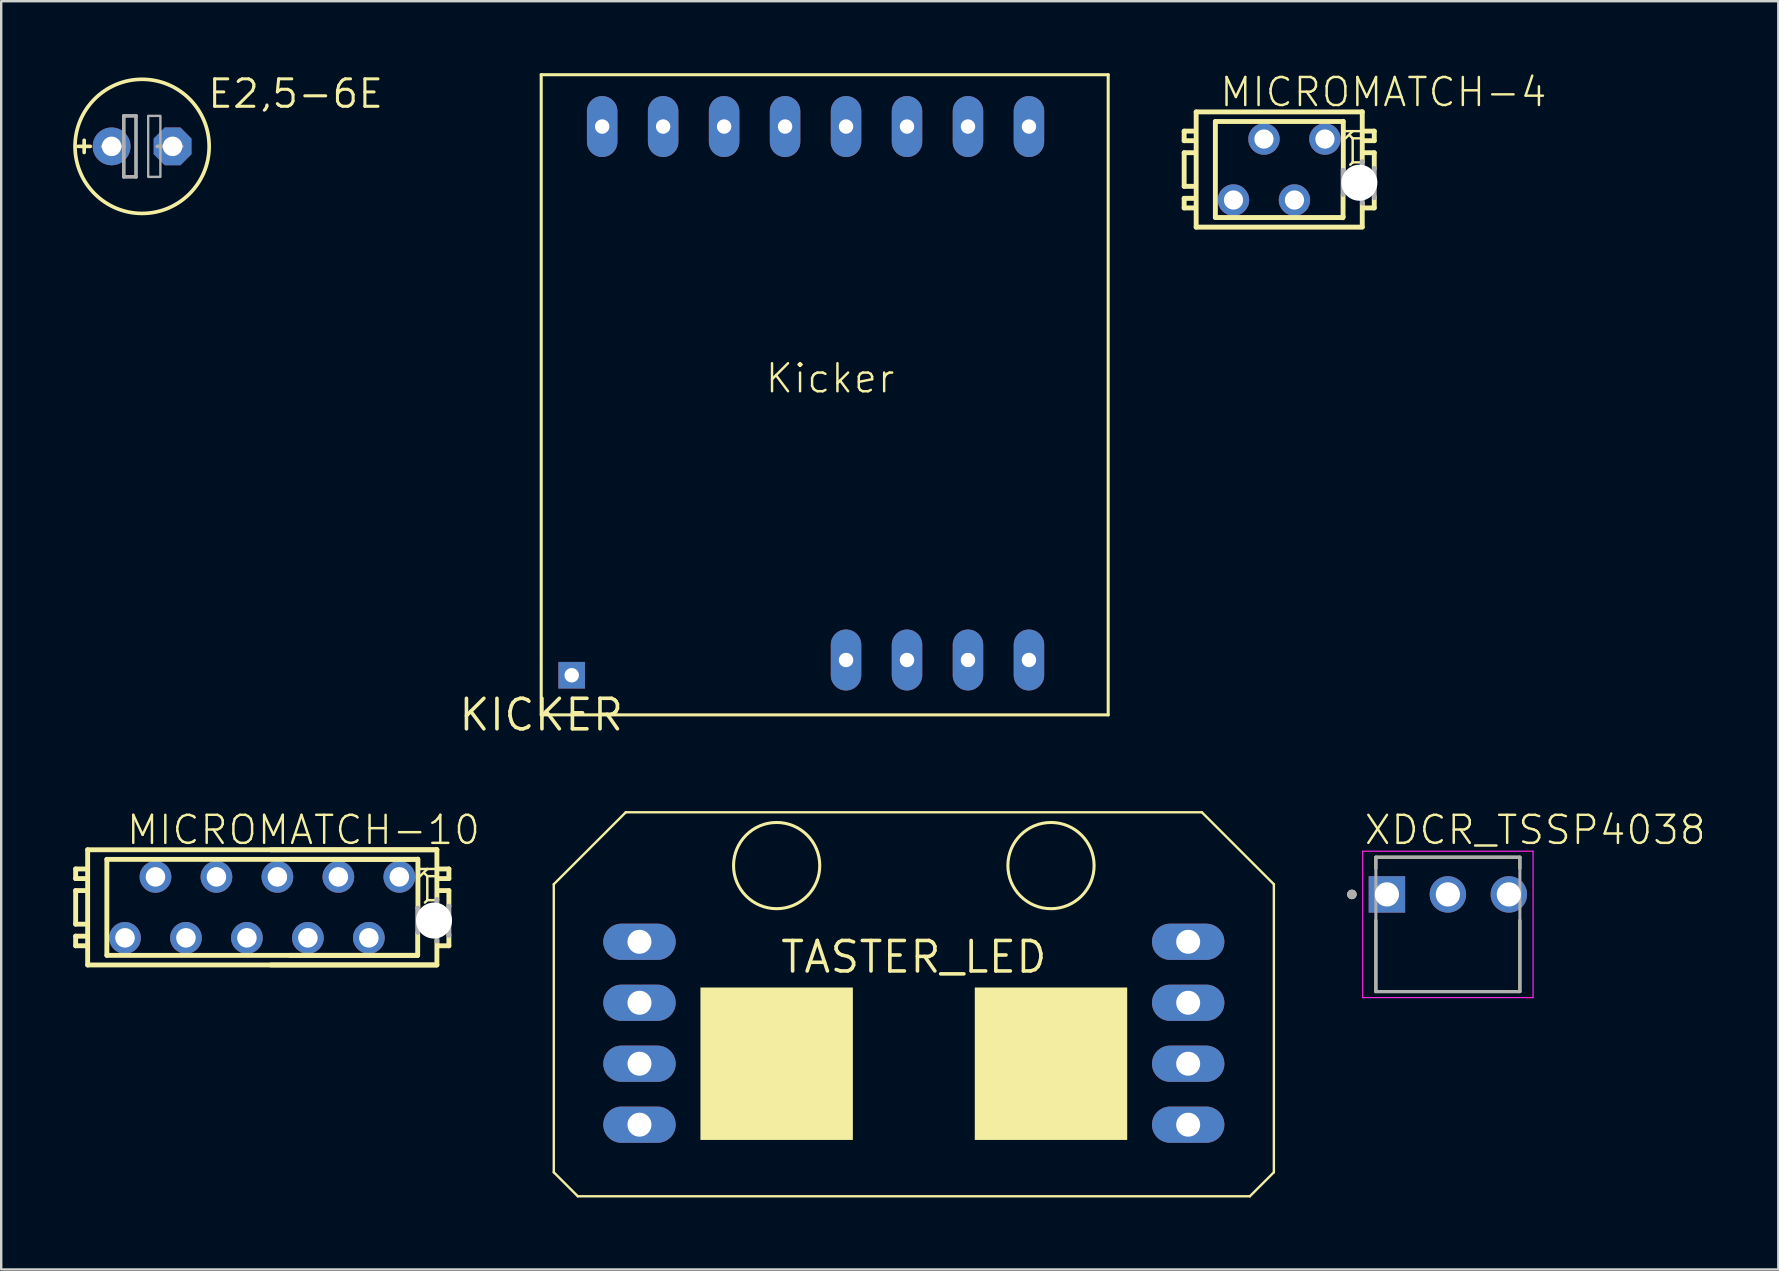
<source format=kicad_pcb>
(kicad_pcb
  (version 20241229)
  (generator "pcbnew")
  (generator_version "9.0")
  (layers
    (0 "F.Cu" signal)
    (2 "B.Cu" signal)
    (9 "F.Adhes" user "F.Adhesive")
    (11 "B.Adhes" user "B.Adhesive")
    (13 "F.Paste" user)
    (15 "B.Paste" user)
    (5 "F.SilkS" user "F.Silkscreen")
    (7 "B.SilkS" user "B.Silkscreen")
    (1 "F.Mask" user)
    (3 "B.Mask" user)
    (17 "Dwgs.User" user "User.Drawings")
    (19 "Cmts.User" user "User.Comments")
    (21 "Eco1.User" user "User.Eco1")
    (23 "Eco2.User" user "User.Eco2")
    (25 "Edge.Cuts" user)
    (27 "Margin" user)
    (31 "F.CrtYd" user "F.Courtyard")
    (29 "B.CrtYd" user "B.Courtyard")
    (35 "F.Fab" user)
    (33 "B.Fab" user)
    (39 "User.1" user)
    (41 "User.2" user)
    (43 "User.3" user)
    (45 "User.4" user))
  (footprint "E2,5-6E"
    (layer "F.Cu")
    (at 2.87 3.048)
    (property "Reference" "E2,5-6E" (at 2.667 -1.524 0) (layer "F.SilkS") (effects (font (size 1.143 1.143) (thickness 0.127)) (justify left bottom)))
    (fp_line (start -2.413 0.254) (end -2.413 -0.254) (stroke (width 0.152) (type solid)) (layer "F.SilkS"))
    (fp_line (start -2.159 0) (end -2.667 0) (stroke (width 0.152) (type solid)) (layer "F.SilkS"))
    (fp_circle (center 0 0) (end 2.794 0) (stroke (width 0.152) (type solid)) (fill no) (layer "F.SilkS"))
    (fp_line (start -1.651 0) (end -0.762 0) (stroke (width 0.152) (type solid)) (layer "F.Fab"))
    (fp_line (start -0.762 -1.27) (end -0.762 0) (stroke (width 0.152) (type solid)) (layer "F.Fab"))
    (fp_line (start -0.762 0) (end -0.762 1.27) (stroke (width 0.152) (type solid)) (layer "F.Fab"))
    (fp_line (start -0.762 1.27) (end -0.254 1.27) (stroke (width 0.152) (type solid)) (layer "F.Fab"))
    (fp_line (start -0.254 -1.27) (end -0.762 -1.27) (stroke (width 0.152) (type solid)) (layer "F.Fab"))
    (fp_line (start -0.254 1.27) (end -0.254 -1.27) (stroke (width 0.152) (type solid)) (layer "F.Fab"))
    (fp_line (start 0.635 0) (end 1.651 0) (stroke (width 0.152) (type solid)) (layer "F.Fab"))
    (fp_poly (pts (xy 0.254 1.27) (xy 0.762 1.27) (xy 0.762 -1.27) (xy 0.254 -1.27)) (stroke (width 0.1) (type default)) (fill no) (layer "F.Fab"))
    (pad "+" thru_hole circle (at -1.27 0) (size 1.575 1.575) (drill 0.813) (layers "*.Cu" "*.Mask"))
    (pad "-" thru_hole roundrect (at 1.27 0) (size 1.575 1.575) (drill 0.813) (layers "*.Cu" "*.Mask") (roundrect_rratio 0.25) (chamfer_ratio 0.293) (chamfer top_left top_right bottom_left bottom_right)))
  (footprint "XDCR_TSSP4038"
    (layer "F.Cu")
    (at 57.272 34.213)
    (property "Reference" "XDCR_TSSP4038" (at -3.549 -2 0) (layer "F.SilkS") (effects (font (size 1.168 1.168) (thickness 0.102)) (justify left bottom)))
    (fp_line (start -3 -1.55) (end 3 -1.55) (stroke (width 0.127) (type solid)) (layer "F.SilkS"))
    (fp_line (start -3 -1.08) (end -3 -1.55) (stroke (width 0.127) (type solid)) (layer "F.SilkS"))
    (fp_line (start -3 4.05) (end -3 1.08) (stroke (width 0.127) (type solid)) (layer "F.SilkS"))
    (fp_line (start 3 -1.55) (end 3 -1.08) (stroke (width 0.127) (type solid)) (layer "F.SilkS"))
    (fp_line (start 3 4.05) (end -3 4.05) (stroke (width 0.127) (type solid)) (layer "F.SilkS"))
    (fp_line (start 3 4.05) (end 3 1.08) (stroke (width 0.127) (type solid)) (layer "F.SilkS"))
    (fp_circle (center -4 0) (end -3.9 0) (stroke (width 0.2) (type solid)) (fill no) (layer "F.SilkS"))
    (fp_line (start -3.549 -1.8) (end -3.549 4.3) (stroke (width 0.05) (type solid)) (layer "F.CrtYd"))
    (fp_line (start -3.549 4.3) (end 3.549 4.3) (stroke (width 0.05) (type solid)) (layer "F.CrtYd"))
    (fp_line (start 3.549 -1.8) (end -3.549 -1.8) (stroke (width 0.05) (type solid)) (layer "F.CrtYd"))
    (fp_line (start 3.549 4.3) (end 3.549 -1.8) (stroke (width 0.05) (type solid)) (layer "F.CrtYd"))
    (fp_line (start -3 -1.55) (end 3 -1.55) (stroke (width 0.127) (type solid)) (layer "F.Fab"))
    (fp_line (start -3 4.05) (end -3 -1.55) (stroke (width 0.127) (type solid)) (layer "F.Fab"))
    (fp_line (start 3 -1.55) (end 3 4.05) (stroke (width 0.127) (type solid)) (layer "F.Fab"))
    (fp_line (start 3 4.05) (end -3 4.05) (stroke (width 0.127) (type solid)) (layer "F.Fab"))
    (fp_circle (center -4 0) (end -3.9 0) (stroke (width 0.2) (type solid)) (fill no) (layer "F.Fab"))
    (pad "1" thru_hole rect (at -2.54 0) (size 1.518 1.518) (drill 1.01) (layers "*.Cu" "*.Mask"))
    (pad "2" thru_hole circle (at 0 0) (size 1.518 1.518) (drill 1.01) (layers "*.Cu" "*.Mask"))
    (pad "3" thru_hole circle (at 2.54 0) (size 1.518 1.518) (drill 1.01) (layers "*.Cu" "*.Mask")))
  (footprint "MICROMATCH-10"
    (layer "F.Cu")
    (at 7.872 34.753)
    (property "Reference" "MICROMATCH-10" (at -5.715 -2.54 0) (layer "F.SilkS") (effects (font (size 1.168 1.168) (thickness 0.102)) (justify left bottom)))
    (fp_line (start -7.77 -1.6) (end -7.77 -1.2) (stroke (width 0.203) (type solid)) (layer "F.SilkS"))
    (fp_line (start -7.77 -1.2) (end -7.37 -1.2) (stroke (width 0.203) (type solid)) (layer "F.SilkS"))
    (fp_line (start -7.77 -0.7) (end -7.77 0.7) (stroke (width 0.203) (type solid)) (layer "F.SilkS"))
    (fp_line (start -7.77 0.7) (end -7.37 0.7) (stroke (width 0.203) (type solid)) (layer "F.SilkS"))
    (fp_line (start -7.77 1.2) (end -7.77 1.6) (stroke (width 0.203) (type solid)) (layer "F.SilkS"))
    (fp_line (start -7.77 1.6) (end -7.37 1.6) (stroke (width 0.203) (type solid)) (layer "F.SilkS"))
    (fp_line (start -7.37 -1.6) (end -7.77 -1.6) (stroke (width 0.203) (type solid)) (layer "F.SilkS"))
    (fp_line (start -7.37 -0.7) (end -7.77 -0.7) (stroke (width 0.203) (type solid)) (layer "F.SilkS"))
    (fp_line (start -7.37 1.2) (end -7.77 1.2) (stroke (width 0.203) (type solid)) (layer "F.SilkS"))
    (fp_line (start -7.27 -2.4) (end -7.27 2.4) (stroke (width 0.203) (type solid)) (layer "F.SilkS"))
    (fp_line (start -6.47 -2) (end -6.47 2) (stroke (width 0.203) (type solid)) (layer "F.SilkS"))
    (fp_line (start 6.46 2.01) (end 6.48 1.96) (stroke (width 0.203) (type solid)) (layer "F.SilkS"))
    (fp_line (start 6.47 -2) (end -6.47 -2) (stroke (width 0.203) (type solid)) (layer "F.SilkS"))
    (fp_line (start 6.47 2) (end -6.47 2) (stroke (width 0.203) (type solid)) (layer "F.SilkS"))
    (fp_line (start 6.48 -2) (end 1.16 -2) (stroke (width 0.203) (type solid)) (layer "F.SilkS"))
    (fp_line (start 6.48 1.96) (end 6.48 1.07) (stroke (width 0.203) (type solid)) (layer "F.SilkS"))
    (fp_line (start 6.48 2) (end 1.16 2) (stroke (width 0.203) (type solid)) (layer "F.SilkS"))
    (fp_line (start 6.49 -2.01) (end 6.49 0.02) (stroke (width 0.203) (type solid)) (layer "F.SilkS"))
    (fp_line (start 6.78 -1.4) (end 6.88 -1.3) (stroke (width 0.102) (type solid)) (layer "F.SilkS"))
    (fp_line (start 6.78 -0.2) (end 6.88 -0.3) (stroke (width 0.102) (type solid)) (layer "F.SilkS"))
    (fp_line (start 6.88 -1.6) (end 6.58 -1.6) (stroke (width 0.102) (type solid)) (layer "F.SilkS"))
    (fp_line (start 6.88 -1.6) (end 6.58 -1.3) (stroke (width 0.102) (type solid)) (layer "F.SilkS"))
    (fp_line (start 6.88 -1.3) (end 6.88 -0.3) (stroke (width 0.102) (type solid)) (layer "F.SilkS"))
    (fp_line (start 6.88 -0.3) (end 7.18 -0.3) (stroke (width 0.102) (type solid)) (layer "F.SilkS"))
    (fp_line (start 7.18 -1.6) (end 6.88 -1.6) (stroke (width 0.102) (type solid)) (layer "F.SilkS"))
    (fp_line (start 7.18 -1.3) (end 6.88 -1.3) (stroke (width 0.102) (type solid)) (layer "F.SilkS"))
    (fp_line (start 7.27 -2.4) (end -7.27 -2.4) (stroke (width 0.203) (type solid)) (layer "F.SilkS"))
    (fp_line (start 7.27 2.4) (end -7.27 2.4) (stroke (width 0.203) (type solid)) (layer "F.SilkS"))
    (fp_line (start 7.28 -2.41) (end 7.28 -0.3) (stroke (width 0.203) (type solid)) (layer "F.SilkS"))
    (fp_line (start 7.28 -2.4) (end 0.36 -2.4) (stroke (width 0.203) (type solid)) (layer "F.SilkS"))
    (fp_line (start 7.28 2.39) (end 7.28 1.4) (stroke (width 0.203) (type solid)) (layer "F.SilkS"))
    (fp_line (start 7.28 2.4) (end 0.36 2.4) (stroke (width 0.203) (type solid)) (layer "F.SilkS"))
    (fp_line (start 7.38 -1.2) (end 7.78 -1.2) (stroke (width 0.203) (type solid)) (layer "F.SilkS"))
    (fp_line (start 7.38 1.6) (end 7.78 1.6) (stroke (width 0.203) (type solid)) (layer "F.SilkS"))
    (fp_line (start 7.78 -1.6) (end 7.38 -1.6) (stroke (width 0.203) (type solid)) (layer "F.SilkS"))
    (fp_line (start 7.78 -1.2) (end 7.78 -1.6) (stroke (width 0.203) (type solid)) (layer "F.SilkS"))
    (fp_line (start 7.78 -0.7) (end 7.38 -0.7) (stroke (width 0.203) (type solid)) (layer "F.SilkS"))
    (fp_line (start 7.78 -0.04) (end 7.78 -0.7) (stroke (width 0.203) (type solid)) (layer "F.SilkS"))
    (fp_line (start 7.78 1.6) (end 7.78 1.13) (stroke (width 0.203) (type solid)) (layer "F.SilkS"))
    (fp_line (start 6.48 0.03) (end 6.48 1.04) (stroke (width 0.203) (type solid)) (layer "F.Fab"))
    (fp_line (start 7.28 1.4) (end 7.28 -0.33) (stroke (width 0.203) (type solid)) (layer "F.Fab"))
    (fp_line (start 7.78 -0.05) (end 7.78 1.17) (stroke (width 0.203) (type solid)) (layer "F.Fab"))
    (pad "" np_thru_hole circle (at 7.16 0.55) (size 1.5 1.5) (drill 1.5) (layers "*.Cu" "*.Mask"))
    (pad "1" thru_hole circle (at 5.715 -1.27) (size 1.321 1.321) (drill 0.813) (layers "*.Cu" "*.Mask"))
    (pad "2" thru_hole circle (at 4.445 1.27) (size 1.321 1.321) (drill 0.813) (layers "*.Cu" "*.Mask"))
    (pad "3" thru_hole circle (at 3.175 -1.27) (size 1.321 1.321) (drill 0.813) (layers "*.Cu" "*.Mask"))
    (pad "4" thru_hole circle (at 1.905 1.27) (size 1.321 1.321) (drill 0.813) (layers "*.Cu" "*.Mask"))
    (pad "5" thru_hole circle (at 0.635 -1.27) (size 1.321 1.321) (drill 0.813) (layers "*.Cu" "*.Mask"))
    (pad "6" thru_hole circle (at -0.635 1.27) (size 1.321 1.321) (drill 0.813) (layers "*.Cu" "*.Mask"))
    (pad "7" thru_hole circle (at -1.905 -1.27) (size 1.321 1.321) (drill 0.813) (layers "*.Cu" "*.Mask"))
    (pad "8" thru_hole circle (at -3.175 1.27) (size 1.321 1.321) (drill 0.813) (layers "*.Cu" "*.Mask"))
    (pad "9" thru_hole circle (at -4.445 -1.27) (size 1.321 1.321) (drill 0.813) (layers "*.Cu" "*.Mask"))
    (pad "10" thru_hole circle (at -5.715 1.27) (size 1.321 1.321) (drill 0.813) (layers "*.Cu" "*.Mask")))
  (footprint "TASTER_LED"
    (layer "F.Cu")
    (at 35.022 36.822)
    (property "Reference" "TASTER_LED" (at 0 0 0) (layer "F.SilkS") (effects (font (size 1.27 1.27) (thickness 0.15))))
    (fp_line (start -15 -3.032) (end -15 8.968) (stroke (width 0.1) (type solid)) (layer "F.SilkS"))
    (fp_line (start -15 8.968) (end -14 9.968) (stroke (width 0.1) (type solid)) (layer "F.SilkS"))
    (fp_line (start -14 9.968) (end 14 9.968) (stroke (width 0.1) (type solid)) (layer "F.SilkS"))
    (fp_line (start -12 -6.032) (end -15 -3.032) (stroke (width 0.1) (type solid)) (layer "F.SilkS"))
    (fp_line (start 12 -6.032) (end -12 -6.032) (stroke (width 0.1) (type solid)) (layer "F.SilkS"))
    (fp_line (start 14 9.968) (end 15 8.968) (stroke (width 0.1) (type solid)) (layer "F.SilkS"))
    (fp_line (start 15 -3.032) (end 12 -6.032) (stroke (width 0.1) (type solid)) (layer "F.SilkS"))
    (fp_line (start 15 8.968) (end 15 -3.032) (stroke (width 0.1) (type solid)) (layer "F.SilkS"))
    (fp_circle (center -5.715 -3.81) (end -3.919 -3.81) (stroke (width 0.127) (type solid)) (fill no) (layer "F.SilkS"))
    (fp_circle (center 5.715 -3.81) (end 7.511 -3.81) (stroke (width 0.127) (type solid)) (fill no) (layer "F.SilkS"))
    (fp_poly (pts (xy -8.89 7.62) (xy -2.54 7.62) (xy -2.54 1.27) (xy -8.89 1.27)) (stroke (width 0) (type default)) (fill yes) (layer "F.SilkS"))
    (fp_poly (pts (xy 2.54 7.62) (xy 8.89 7.62) (xy 8.89 1.27) (xy 2.54 1.27)) (stroke (width 0) (type default)) (fill yes) (layer "F.SilkS"))
    (pad "C1" thru_hole oval (at -11.43 4.445) (size 3.016 1.508) (drill 1) (layers "*.Cu" "*.Mask"))
    (pad "C2" thru_hole oval (at 11.43 4.445) (size 3.016 1.508) (drill 1) (layers "*.Cu" "*.Mask"))
    (pad "D1" thru_hole oval (at -11.43 1.905) (size 3.016 1.508) (drill 1) (layers "*.Cu" "*.Mask"))
    (pad "D2" thru_hole oval (at 11.43 1.905) (size 3.016 1.508) (drill 1) (layers "*.Cu" "*.Mask"))
    (pad "G1" thru_hole oval (at -11.43 6.985) (size 3.016 1.508) (drill 1) (layers "*.Cu" "*.Mask"))
    (pad "G2" thru_hole oval (at 11.43 6.985) (size 3.016 1.508) (drill 1) (layers "*.Cu" "*.Mask"))
    (pad "V1" thru_hole oval (at -11.43 -0.635) (size 3.016 1.508) (drill 1) (layers "*.Cu" "*.Mask"))
    (pad "V2" thru_hole oval (at 11.43 -0.635) (size 3.016 1.508) (drill 1) (layers "*.Cu" "*.Mask")))
  (footprint "MICROMATCH-4"
    (layer "F.Cu")
    (at 50.245 4.013)
    (property "Reference" "MICROMATCH-4" (at -2.54 -2.54 0) (layer "F.SilkS") (effects (font (size 1.168 1.168) (thickness 0.102)) (justify left bottom)))
    (fp_line (start -3.96 -1.6) (end -3.96 -1.2) (stroke (width 0.203) (type solid)) (layer "F.SilkS"))
    (fp_line (start -3.96 -1.2) (end -3.56 -1.2) (stroke (width 0.203) (type solid)) (layer "F.SilkS"))
    (fp_line (start -3.96 -0.7) (end -3.96 0.7) (stroke (width 0.203) (type solid)) (layer "F.SilkS"))
    (fp_line (start -3.96 0.7) (end -3.56 0.7) (stroke (width 0.203) (type solid)) (layer "F.SilkS"))
    (fp_line (start -3.96 1.2) (end -3.96 1.6) (stroke (width 0.203) (type solid)) (layer "F.SilkS"))
    (fp_line (start -3.96 1.6) (end -3.56 1.6) (stroke (width 0.203) (type solid)) (layer "F.SilkS"))
    (fp_line (start -3.56 -1.6) (end -3.96 -1.6) (stroke (width 0.203) (type solid)) (layer "F.SilkS"))
    (fp_line (start -3.56 -0.7) (end -3.96 -0.7) (stroke (width 0.203) (type solid)) (layer "F.SilkS"))
    (fp_line (start -3.56 1.2) (end -3.96 1.2) (stroke (width 0.203) (type solid)) (layer "F.SilkS"))
    (fp_line (start -3.46 -2.4) (end -3.46 2.4) (stroke (width 0.203) (type solid)) (layer "F.SilkS"))
    (fp_line (start -2.66 -2) (end -2.66 2) (stroke (width 0.203) (type solid)) (layer "F.SilkS"))
    (fp_line (start 2.64 2.01) (end 2.66 1.96) (stroke (width 0.203) (type solid)) (layer "F.SilkS"))
    (fp_line (start 2.66 -2) (end -2.66 -2) (stroke (width 0.203) (type solid)) (layer "F.SilkS"))
    (fp_line (start 2.66 1.96) (end 2.66 1.07) (stroke (width 0.203) (type solid)) (layer "F.SilkS"))
    (fp_line (start 2.66 2) (end -2.66 2) (stroke (width 0.203) (type solid)) (layer "F.SilkS"))
    (fp_line (start 2.67 -2.01) (end 2.67 0.02) (stroke (width 0.203) (type solid)) (layer "F.SilkS"))
    (fp_line (start 2.96 -1.4) (end 3.06 -1.3) (stroke (width 0.102) (type solid)) (layer "F.SilkS"))
    (fp_line (start 2.96 -0.2) (end 3.06 -0.3) (stroke (width 0.102) (type solid)) (layer "F.SilkS"))
    (fp_line (start 3.06 -1.6) (end 2.76 -1.6) (stroke (width 0.102) (type solid)) (layer "F.SilkS"))
    (fp_line (start 3.06 -1.6) (end 2.76 -1.3) (stroke (width 0.102) (type solid)) (layer "F.SilkS"))
    (fp_line (start 3.06 -1.3) (end 3.06 -0.3) (stroke (width 0.102) (type solid)) (layer "F.SilkS"))
    (fp_line (start 3.06 -0.3) (end 3.36 -0.3) (stroke (width 0.102) (type solid)) (layer "F.SilkS"))
    (fp_line (start 3.36 -1.6) (end 3.06 -1.6) (stroke (width 0.102) (type solid)) (layer "F.SilkS"))
    (fp_line (start 3.36 -1.3) (end 3.06 -1.3) (stroke (width 0.102) (type solid)) (layer "F.SilkS"))
    (fp_line (start 3.46 -2.41) (end 3.46 -0.3) (stroke (width 0.203) (type solid)) (layer "F.SilkS"))
    (fp_line (start 3.46 -2.4) (end -3.46 -2.4) (stroke (width 0.203) (type solid)) (layer "F.SilkS"))
    (fp_line (start 3.46 2.39) (end 3.46 1.4) (stroke (width 0.203) (type solid)) (layer "F.SilkS"))
    (fp_line (start 3.46 2.4) (end -3.46 2.4) (stroke (width 0.203) (type solid)) (layer "F.SilkS"))
    (fp_line (start 3.56 -1.2) (end 3.96 -1.2) (stroke (width 0.203) (type solid)) (layer "F.SilkS"))
    (fp_line (start 3.56 1.6) (end 3.96 1.6) (stroke (width 0.203) (type solid)) (layer "F.SilkS"))
    (fp_line (start 3.96 -1.6) (end 3.56 -1.6) (stroke (width 0.203) (type solid)) (layer "F.SilkS"))
    (fp_line (start 3.96 -1.2) (end 3.96 -1.6) (stroke (width 0.203) (type solid)) (layer "F.SilkS"))
    (fp_line (start 3.96 -0.7) (end 3.56 -0.7) (stroke (width 0.203) (type solid)) (layer "F.SilkS"))
    (fp_line (start 3.96 -0.04) (end 3.96 -0.7) (stroke (width 0.203) (type solid)) (layer "F.SilkS"))
    (fp_line (start 3.96 1.6) (end 3.96 1.13) (stroke (width 0.203) (type solid)) (layer "F.SilkS"))
    (fp_line (start 2.66 0.03) (end 2.66 1.04) (stroke (width 0.203) (type solid)) (layer "F.Fab"))
    (fp_line (start 3.46 1.4) (end 3.46 -0.33) (stroke (width 0.203) (type solid)) (layer "F.Fab"))
    (fp_line (start 3.96 -0.05) (end 3.96 1.17) (stroke (width 0.203) (type solid)) (layer "F.Fab"))
    (pad "" np_thru_hole circle (at 3.34 0.55) (size 1.5 1.5) (drill 1.5) (layers "*.Cu" "*.Mask"))
    (pad "1" thru_hole circle (at 1.905 -1.27) (size 1.308 1.308) (drill 0.8) (layers "*.Cu" "*.Mask"))
    (pad "2" thru_hole circle (at 0.635 1.27) (size 1.308 1.308) (drill 0.8) (layers "*.Cu" "*.Mask"))
    (pad "3" thru_hole circle (at -0.635 -1.27) (size 1.308 1.308) (drill 0.8) (layers "*.Cu" "*.Mask"))
    (pad "4" thru_hole circle (at -1.905 1.27) (size 1.308 1.308) (drill 0.8) (layers "*.Cu" "*.Mask")))
  (footprint "KICKER"
    (layer "F.Cu")
    (at 19.498 26.733)
    (property "Reference" "KICKER" (at 0 0 0) (layer "F.SilkS") (effects (font (size 1.27 1.27) (thickness 0.15))))
    (fp_line (start 0 -26.67) (end 0 0) (stroke (width 0.127) (type solid)) (layer "F.SilkS"))
    (fp_line (start 0 0) (end 23.622 0) (stroke (width 0.127) (type solid)) (layer "F.SilkS"))
    (fp_line (start 23.622 -26.67) (end 0 -26.67) (stroke (width 0.127) (type solid)) (layer "F.SilkS"))
    (fp_line (start 23.622 0) (end 23.622 -26.67) (stroke (width 0.127) (type solid)) (layer "F.SilkS"))
    (fp_text user "Kicker" (at 9.271 -13.335 0) (layer "F.SilkS") (effects (font (size 1.168 1.168) (thickness 0.102)) (justify left bottom)))
    (pad "GND1" thru_hole oval (at 2.54 -24.511 90) (size 2.54 1.27) (drill 0.6) (layers "*.Cu" "*.Mask"))
    (pad "GND2" thru_hole oval (at 5.08 -24.511 90) (size 2.54 1.27) (drill 0.6) (layers "*.Cu" "*.Mask"))
    (pad "GND3" thru_hole oval (at 7.62 -24.511 90) (size 2.54 1.27) (drill 0.6) (layers "*.Cu" "*.Mask"))
    (pad "GND4" thru_hole oval (at 10.16 -24.511 90) (size 2.54 1.27) (drill 0.6) (layers "*.Cu" "*.Mask"))
    (pad "GND5" thru_hole oval (at 12.7 -24.511 90) (size 2.54 1.27) (drill 0.6) (layers "*.Cu" "*.Mask"))
    (pad "GND6" thru_hole oval (at 15.24 -24.511 90) (size 2.54 1.27) (drill 0.6) (layers "*.Cu" "*.Mask"))
    (pad "GND7" thru_hole oval (at 17.78 -24.511 90) (size 2.54 1.27) (drill 0.6) (layers "*.Cu" "*.Mask"))
    (pad "GND8" thru_hole oval (at 20.32 -24.511 90) (size 2.54 1.27) (drill 0.6) (layers "*.Cu" "*.Mask"))
    (pad "NC" thru_hole rect (at 1.27 -1.651) (size 1.108 1.108) (drill 0.6) (layers "*.Cu" "*.Mask"))
    (pad "SIG" thru_hole oval (at 12.7 -2.286 90) (size 2.54 1.27) (drill 0.6) (layers "*.Cu" "*.Mask"))
    (pad "V+1" thru_hole oval (at 15.24 -2.286 90) (size 2.54 1.27) (drill 0.6) (layers "*.Cu" "*.Mask"))
    (pad "V+2" thru_hole oval (at 17.78 -2.286 90) (size 2.54 1.27) (drill 0.6) (layers "*.Cu" "*.Mask"))
    (pad "V+3" thru_hole oval (at 20.32 -2.286 90) (size 2.54 1.27) (drill 0.6) (layers "*.Cu" "*.Mask")))
  (gr_rect
    (start -3 -3)
    (end 71.037 49.84)
    (stroke (width 0.1) (type default))
    (fill no)
    (layer "Edge.Cuts")))
</source>
